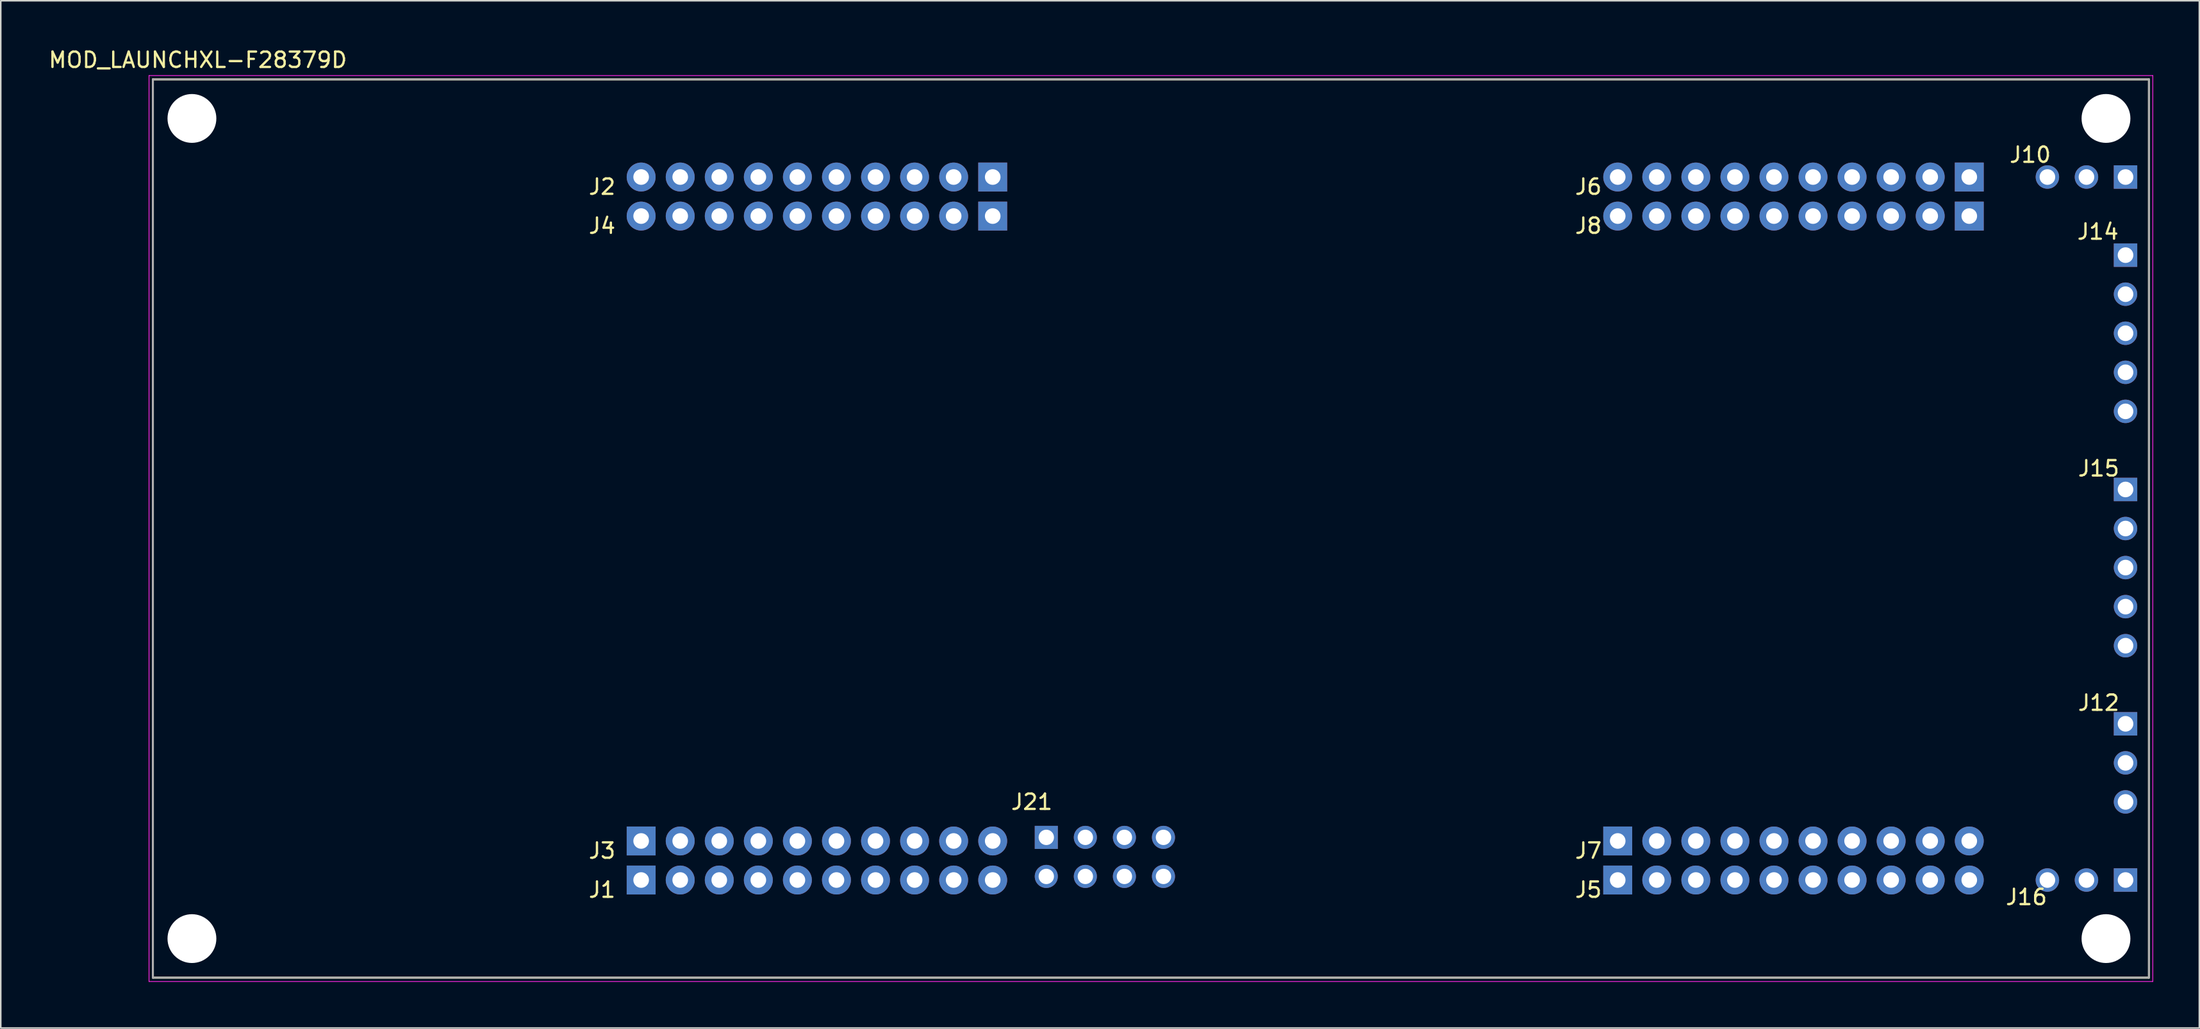
<source format=kicad_pcb>
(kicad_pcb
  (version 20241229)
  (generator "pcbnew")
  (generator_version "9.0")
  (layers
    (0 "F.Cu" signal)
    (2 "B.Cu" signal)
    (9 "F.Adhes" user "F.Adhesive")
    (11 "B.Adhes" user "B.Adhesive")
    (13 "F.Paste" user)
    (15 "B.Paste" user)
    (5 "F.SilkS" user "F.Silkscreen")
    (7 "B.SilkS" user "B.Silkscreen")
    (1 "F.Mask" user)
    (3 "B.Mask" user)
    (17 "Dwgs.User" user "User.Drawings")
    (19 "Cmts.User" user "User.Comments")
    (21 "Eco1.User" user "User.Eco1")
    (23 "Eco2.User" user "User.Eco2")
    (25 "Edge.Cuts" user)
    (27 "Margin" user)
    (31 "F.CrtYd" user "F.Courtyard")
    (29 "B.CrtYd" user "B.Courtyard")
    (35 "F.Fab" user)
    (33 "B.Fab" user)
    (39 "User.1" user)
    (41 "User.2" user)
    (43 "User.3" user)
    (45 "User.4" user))
  (footprint "MOD_LAUNCHXL-F28379D"
    (layer "F.Cu")
    (at 71.787 31.323)
    (property "Reference" "MOD_LAUNCHXL-F28379D" (at -61.972 -30.475 0) (layer "F.SilkS") (effects (font (size 1 1) (thickness 0.15))))
    (attr through_hole)
    (fp_line (start -64.897 -29.21) (end 64.897 -29.21) (stroke (width 0.127) (type solid)) (layer "F.SilkS"))
    (fp_line (start -64.897 29.21) (end -64.897 -29.21) (stroke (width 0.127) (type solid)) (layer "F.SilkS"))
    (fp_line (start 64.897 -29.21) (end 64.897 29.21) (stroke (width 0.127) (type solid)) (layer "F.SilkS"))
    (fp_line (start 64.897 29.21) (end -64.897 29.21) (stroke (width 0.127) (type solid)) (layer "F.SilkS"))
    (fp_line (start -65.147 -29.46) (end 65.147 -29.46) (stroke (width 0.05) (type solid)) (layer "F.CrtYd"))
    (fp_line (start -65.147 29.46) (end -65.147 -29.46) (stroke (width 0.05) (type solid)) (layer "F.CrtYd"))
    (fp_line (start 65.147 -29.46) (end 65.147 29.46) (stroke (width 0.05) (type solid)) (layer "F.CrtYd"))
    (fp_line (start 65.147 29.46) (end -65.147 29.46) (stroke (width 0.05) (type solid)) (layer "F.CrtYd"))
    (fp_line (start -64.897 -29.21) (end 64.897 -29.21) (stroke (width 0.127) (type solid)) (layer "F.Fab"))
    (fp_line (start -64.897 29.21) (end -64.897 -29.21) (stroke (width 0.127) (type solid)) (layer "F.Fab"))
    (fp_line (start 64.897 -29.21) (end 64.897 29.21) (stroke (width 0.127) (type solid)) (layer "F.Fab"))
    (fp_line (start 64.897 29.21) (end -64.897 29.21) (stroke (width 0.127) (type solid)) (layer "F.Fab"))
    (fp_text user "J4" (at -35.687 -19.685 0) (layer "F.SilkS") (effects (font (size 1 1) (thickness 0.15))))
    (fp_text user "J5" (at 28.448 23.495 0) (layer "F.SilkS") (effects (font (size 1 1) (thickness 0.15))))
    (fp_text user "J15" (at 61.628 -3.905 0) (layer "F.SilkS") (effects (font (size 1 1) (thickness 0.15))))
    (fp_text user "J10" (at 57.178 -24.305 0) (layer "F.SilkS") (effects (font (size 1 1) (thickness 0.15))))
    (fp_text user "J14" (at 61.578 -19.305 0) (layer "F.SilkS") (effects (font (size 1 1) (thickness 0.15))))
    (fp_text user "J1" (at -35.687 23.495 0) (layer "F.SilkS") (effects (font (size 1 1) (thickness 0.15))))
    (fp_text user "J16" (at 56.928 23.97 0) (layer "F.SilkS") (effects (font (size 1 1) (thickness 0.15))))
    (fp_text user "J21" (at -7.747 17.78 0) (layer "F.SilkS") (effects (font (size 1 1) (thickness 0.15))))
    (fp_text user "J8" (at 28.448 -19.685 0) (layer "F.SilkS") (effects (font (size 1 1) (thickness 0.15))))
    (fp_text user "J12" (at 61.628 11.335 0) (layer "F.SilkS") (effects (font (size 1 1) (thickness 0.15))))
    (fp_text user "J2" (at -35.687 -22.225 0) (layer "F.SilkS") (effects (font (size 1 1) (thickness 0.15))))
    (fp_text user "J7" (at 28.448 20.955 0) (layer "F.SilkS") (effects (font (size 1 1) (thickness 0.15))))
    (fp_text user "J3" (at -35.687 20.955 0) (layer "F.SilkS") (effects (font (size 1 1) (thickness 0.15))))
    (fp_text user "J6" (at 28.448 -22.225 0) (layer "F.SilkS") (effects (font (size 1 1) (thickness 0.15))))
    (pad "" np_thru_hole circle (at -62.357 -26.67) (size 3.175 3.175) (drill 3.175) (layers "*.Cu" "*.Mask"))
    (pad "" np_thru_hole circle (at -62.357 26.67) (size 3.175 3.175) (drill 3.175) (layers "*.Cu" "*.Mask"))
    (pad "" np_thru_hole circle (at 62.103 -26.67) (size 3.175 3.175) (drill 3.175) (layers "*.Cu" "*.Mask"))
    (pad "" np_thru_hole circle (at 62.103 26.67) (size 3.175 3.175) (drill 3.175) (layers "*.Cu" "*.Mask"))
    (pad "J1_1" thru_hole rect (at -33.147 22.86) (size 1.88 1.88) (drill 1.016) (layers "*.Cu" "*.Mask"))
    (pad "J1_2" thru_hole circle (at -30.607 22.86) (size 1.88 1.88) (drill 1.016) (layers "*.Cu" "*.Mask"))
    (pad "J1_3" thru_hole circle (at -28.067 22.86) (size 1.88 1.88) (drill 1.016) (layers "*.Cu" "*.Mask"))
    (pad "J1_4" thru_hole circle (at -25.527 22.86) (size 1.88 1.88) (drill 1.016) (layers "*.Cu" "*.Mask"))
    (pad "J1_5" thru_hole circle (at -22.987 22.86) (size 1.88 1.88) (drill 1.016) (layers "*.Cu" "*.Mask"))
    (pad "J1_6" thru_hole circle (at -20.447 22.86) (size 1.88 1.88) (drill 1.016) (layers "*.Cu" "*.Mask"))
    (pad "J1_7" thru_hole circle (at -17.907 22.86) (size 1.88 1.88) (drill 1.016) (layers "*.Cu" "*.Mask"))
    (pad "J1_8" thru_hole circle (at -15.367 22.86) (size 1.88 1.88) (drill 1.016) (layers "*.Cu" "*.Mask"))
    (pad "J1_9" thru_hole circle (at -12.827 22.86) (size 1.88 1.88) (drill 1.016) (layers "*.Cu" "*.Mask"))
    (pad "J1_10" thru_hole circle (at -10.287 22.86) (size 1.88 1.88) (drill 1.016) (layers "*.Cu" "*.Mask"))
    (pad "J2_1" thru_hole rect (at -10.287 -22.86) (size 1.88 1.88) (drill 1.016) (layers "*.Cu" "*.Mask"))
    (pad "J2_2" thru_hole circle (at -12.827 -22.86) (size 1.88 1.88) (drill 1.016) (layers "*.Cu" "*.Mask"))
    (pad "J2_3" thru_hole circle (at -15.367 -22.86) (size 1.88 1.88) (drill 1.016) (layers "*.Cu" "*.Mask"))
    (pad "J2_4" thru_hole circle (at -17.907 -22.86) (size 1.88 1.88) (drill 1.016) (layers "*.Cu" "*.Mask"))
    (pad "J2_5" thru_hole circle (at -20.447 -22.86) (size 1.88 1.88) (drill 1.016) (layers "*.Cu" "*.Mask"))
    (pad "J2_6" thru_hole circle (at -22.987 -22.86) (size 1.88 1.88) (drill 1.016) (layers "*.Cu" "*.Mask"))
    (pad "J2_7" thru_hole circle (at -25.527 -22.86) (size 1.88 1.88) (drill 1.016) (layers "*.Cu" "*.Mask"))
    (pad "J2_8" thru_hole circle (at -28.067 -22.86) (size 1.88 1.88) (drill 1.016) (layers "*.Cu" "*.Mask"))
    (pad "J2_9" thru_hole circle (at -30.607 -22.86) (size 1.88 1.88) (drill 1.016) (layers "*.Cu" "*.Mask"))
    (pad "J2_10" thru_hole circle (at -33.147 -22.86) (size 1.88 1.88) (drill 1.016) (layers "*.Cu" "*.Mask"))
    (pad "J3_1" thru_hole rect (at -33.147 20.32) (size 1.88 1.88) (drill 1.016) (layers "*.Cu" "*.Mask"))
    (pad "J3_2" thru_hole circle (at -30.607 20.32) (size 1.88 1.88) (drill 1.016) (layers "*.Cu" "*.Mask"))
    (pad "J3_3" thru_hole circle (at -28.067 20.32) (size 1.88 1.88) (drill 1.016) (layers "*.Cu" "*.Mask"))
    (pad "J3_4" thru_hole circle (at -25.527 20.32) (size 1.88 1.88) (drill 1.016) (layers "*.Cu" "*.Mask"))
    (pad "J3_5" thru_hole circle (at -22.987 20.32) (size 1.88 1.88) (drill 1.016) (layers "*.Cu" "*.Mask"))
    (pad "J3_6" thru_hole circle (at -20.447 20.32) (size 1.88 1.88) (drill 1.016) (layers "*.Cu" "*.Mask"))
    (pad "J3_7" thru_hole circle (at -17.907 20.32) (size 1.88 1.88) (drill 1.016) (layers "*.Cu" "*.Mask"))
    (pad "J3_8" thru_hole circle (at -15.367 20.32) (size 1.88 1.88) (drill 1.016) (layers "*.Cu" "*.Mask"))
    (pad "J3_9" thru_hole circle (at -12.827 20.32) (size 1.88 1.88) (drill 1.016) (layers "*.Cu" "*.Mask"))
    (pad "J3_10" thru_hole circle (at -10.287 20.32) (size 1.88 1.88) (drill 1.016) (layers "*.Cu" "*.Mask"))
    (pad "J4_1" thru_hole rect (at -10.287 -20.32) (size 1.88 1.88) (drill 1.016) (layers "*.Cu" "*.Mask"))
    (pad "J4_2" thru_hole circle (at -12.827 -20.32) (size 1.88 1.88) (drill 1.016) (layers "*.Cu" "*.Mask"))
    (pad "J4_3" thru_hole circle (at -15.367 -20.32) (size 1.88 1.88) (drill 1.016) (layers "*.Cu" "*.Mask"))
    (pad "J4_4" thru_hole circle (at -17.907 -20.32) (size 1.88 1.88) (drill 1.016) (layers "*.Cu" "*.Mask"))
    (pad "J4_5" thru_hole circle (at -20.447 -20.32) (size 1.88 1.88) (drill 1.016) (layers "*.Cu" "*.Mask"))
    (pad "J4_6" thru_hole circle (at -22.987 -20.32) (size 1.88 1.88) (drill 1.016) (layers "*.Cu" "*.Mask"))
    (pad "J4_7" thru_hole circle (at -25.527 -20.32) (size 1.88 1.88) (drill 1.016) (layers "*.Cu" "*.Mask"))
    (pad "J4_8" thru_hole circle (at -28.067 -20.32) (size 1.88 1.88) (drill 1.016) (layers "*.Cu" "*.Mask"))
    (pad "J4_9" thru_hole circle (at -30.607 -20.32) (size 1.88 1.88) (drill 1.016) (layers "*.Cu" "*.Mask"))
    (pad "J4_10" thru_hole circle (at -33.147 -20.32) (size 1.88 1.88) (drill 1.016) (layers "*.Cu" "*.Mask"))
    (pad "J5_1" thru_hole rect (at 30.353 22.86) (size 1.88 1.88) (drill 1.016) (layers "*.Cu" "*.Mask"))
    (pad "J5_2" thru_hole circle (at 32.893 22.86) (size 1.88 1.88) (drill 1.016) (layers "*.Cu" "*.Mask"))
    (pad "J5_3" thru_hole circle (at 35.433 22.86) (size 1.88 1.88) (drill 1.016) (layers "*.Cu" "*.Mask"))
    (pad "J5_4" thru_hole circle (at 37.973 22.86) (size 1.88 1.88) (drill 1.016) (layers "*.Cu" "*.Mask"))
    (pad "J5_5" thru_hole circle (at 40.513 22.86) (size 1.88 1.88) (drill 1.016) (layers "*.Cu" "*.Mask"))
    (pad "J5_6" thru_hole circle (at 43.053 22.86) (size 1.88 1.88) (drill 1.016) (layers "*.Cu" "*.Mask"))
    (pad "J5_7" thru_hole circle (at 45.593 22.86) (size 1.88 1.88) (drill 1.016) (layers "*.Cu" "*.Mask"))
    (pad "J5_8" thru_hole circle (at 48.133 22.86) (size 1.88 1.88) (drill 1.016) (layers "*.Cu" "*.Mask"))
    (pad "J5_9" thru_hole circle (at 50.673 22.86) (size 1.88 1.88) (drill 1.016) (layers "*.Cu" "*.Mask"))
    (pad "J5_10" thru_hole circle (at 53.213 22.86) (size 1.88 1.88) (drill 1.016) (layers "*.Cu" "*.Mask"))
    (pad "J6_1" thru_hole rect (at 53.213 -22.86) (size 1.88 1.88) (drill 1.016) (layers "*.Cu" "*.Mask"))
    (pad "J6_2" thru_hole circle (at 50.673 -22.86) (size 1.88 1.88) (drill 1.016) (layers "*.Cu" "*.Mask"))
    (pad "J6_3" thru_hole circle (at 48.133 -22.86) (size 1.88 1.88) (drill 1.016) (layers "*.Cu" "*.Mask"))
    (pad "J6_4" thru_hole circle (at 45.593 -22.86) (size 1.88 1.88) (drill 1.016) (layers "*.Cu" "*.Mask"))
    (pad "J6_5" thru_hole circle (at 43.053 -22.86) (size 1.88 1.88) (drill 1.016) (layers "*.Cu" "*.Mask"))
    (pad "J6_6" thru_hole circle (at 40.513 -22.86) (size 1.88 1.88) (drill 1.016) (layers "*.Cu" "*.Mask"))
    (pad "J6_7" thru_hole circle (at 37.973 -22.86) (size 1.88 1.88) (drill 1.016) (layers "*.Cu" "*.Mask"))
    (pad "J6_8" thru_hole circle (at 35.433 -22.86) (size 1.88 1.88) (drill 1.016) (layers "*.Cu" "*.Mask"))
    (pad "J6_9" thru_hole circle (at 32.893 -22.86) (size 1.88 1.88) (drill 1.016) (layers "*.Cu" "*.Mask"))
    (pad "J6_10" thru_hole circle (at 30.353 -22.86) (size 1.88 1.88) (drill 1.016) (layers "*.Cu" "*.Mask"))
    (pad "J7_1" thru_hole rect (at 30.353 20.32) (size 1.88 1.88) (drill 1.016) (layers "*.Cu" "*.Mask"))
    (pad "J7_2" thru_hole circle (at 32.893 20.32) (size 1.88 1.88) (drill 1.016) (layers "*.Cu" "*.Mask"))
    (pad "J7_3" thru_hole circle (at 35.433 20.32) (size 1.88 1.88) (drill 1.016) (layers "*.Cu" "*.Mask"))
    (pad "J7_4" thru_hole circle (at 37.973 20.32) (size 1.88 1.88) (drill 1.016) (layers "*.Cu" "*.Mask"))
    (pad "J7_5" thru_hole circle (at 40.513 20.32) (size 1.88 1.88) (drill 1.016) (layers "*.Cu" "*.Mask"))
    (pad "J7_6" thru_hole circle (at 43.053 20.32) (size 1.88 1.88) (drill 1.016) (layers "*.Cu" "*.Mask"))
    (pad "J7_7" thru_hole circle (at 45.593 20.32) (size 1.88 1.88) (drill 1.016) (layers "*.Cu" "*.Mask"))
    (pad "J7_8" thru_hole circle (at 48.133 20.32) (size 1.88 1.88) (drill 1.016) (layers "*.Cu" "*.Mask"))
    (pad "J7_9" thru_hole circle (at 50.673 20.32) (size 1.88 1.88) (drill 1.016) (layers "*.Cu" "*.Mask"))
    (pad "J7_10" thru_hole circle (at 53.213 20.32) (size 1.88 1.88) (drill 1.016) (layers "*.Cu" "*.Mask"))
    (pad "J8_1" thru_hole rect (at 53.213 -20.32) (size 1.88 1.88) (drill 1.016) (layers "*.Cu" "*.Mask"))
    (pad "J8_2" thru_hole circle (at 50.673 -20.32) (size 1.88 1.88) (drill 1.016) (layers "*.Cu" "*.Mask"))
    (pad "J8_3" thru_hole circle (at 48.133 -20.32) (size 1.88 1.88) (drill 1.016) (layers "*.Cu" "*.Mask"))
    (pad "J8_4" thru_hole circle (at 45.593 -20.32) (size 1.88 1.88) (drill 1.016) (layers "*.Cu" "*.Mask"))
    (pad "J8_5" thru_hole circle (at 43.053 -20.32) (size 1.88 1.88) (drill 1.016) (layers "*.Cu" "*.Mask"))
    (pad "J8_6" thru_hole circle (at 40.513 -20.32) (size 1.88 1.88) (drill 1.016) (layers "*.Cu" "*.Mask"))
    (pad "J8_7" thru_hole circle (at 37.973 -20.32) (size 1.88 1.88) (drill 1.016) (layers "*.Cu" "*.Mask"))
    (pad "J8_8" thru_hole circle (at 35.433 -20.32) (size 1.88 1.88) (drill 1.016) (layers "*.Cu" "*.Mask"))
    (pad "J8_9" thru_hole circle (at 32.893 -20.32) (size 1.88 1.88) (drill 1.016) (layers "*.Cu" "*.Mask"))
    (pad "J8_10" thru_hole circle (at 30.353 -20.32) (size 1.88 1.88) (drill 1.016) (layers "*.Cu" "*.Mask"))
    (pad "J10_1" thru_hole rect (at 63.373 -22.86) (size 1.524 1.524) (drill 1.016) (layers "*.Cu" "*.Mask"))
    (pad "J10_2" thru_hole circle (at 60.833 -22.86) (size 1.524 1.524) (drill 1.016) (layers "*.Cu" "*.Mask"))
    (pad "J10_3" thru_hole circle (at 58.293 -22.86) (size 1.524 1.524) (drill 1.016) (layers "*.Cu" "*.Mask"))
    (pad "J12_1" thru_hole rect (at 63.373 12.7) (size 1.524 1.524) (drill 1.016) (layers "*.Cu" "*.Mask"))
    (pad "J12_2" thru_hole circle (at 63.373 15.24) (size 1.524 1.524) (drill 1.016) (layers "*.Cu" "*.Mask"))
    (pad "J12_3" thru_hole circle (at 63.373 17.78) (size 1.524 1.524) (drill 1.016) (layers "*.Cu" "*.Mask"))
    (pad "J14_1" thru_hole rect (at 63.373 -17.78) (size 1.524 1.524) (drill 1.016) (layers "*.Cu" "*.Mask"))
    (pad "J14_2" thru_hole circle (at 63.373 -15.24) (size 1.524 1.524) (drill 1.016) (layers "*.Cu" "*.Mask"))
    (pad "J14_3" thru_hole circle (at 63.373 -12.7) (size 1.524 1.524) (drill 1.016) (layers "*.Cu" "*.Mask"))
    (pad "J14_4" thru_hole circle (at 63.373 -10.16) (size 1.524 1.524) (drill 1.016) (layers "*.Cu" "*.Mask"))
    (pad "J14_5" thru_hole circle (at 63.373 -7.62) (size 1.524 1.524) (drill 1.016) (layers "*.Cu" "*.Mask"))
    (pad "J15_1" thru_hole rect (at 63.373 -2.54) (size 1.524 1.524) (drill 1.016) (layers "*.Cu" "*.Mask"))
    (pad "J15_2" thru_hole circle (at 63.373 0) (size 1.524 1.524) (drill 1.016) (layers "*.Cu" "*.Mask"))
    (pad "J15_3" thru_hole circle (at 63.373 2.54) (size 1.524 1.524) (drill 1.016) (layers "*.Cu" "*.Mask"))
    (pad "J15_4" thru_hole circle (at 63.373 5.08) (size 1.524 1.524) (drill 1.016) (layers "*.Cu" "*.Mask"))
    (pad "J15_5" thru_hole circle (at 63.373 7.62) (size 1.524 1.524) (drill 1.016) (layers "*.Cu" "*.Mask"))
    (pad "J16_1" thru_hole rect (at 63.373 22.86) (size 1.524 1.524) (drill 1.016) (layers "*.Cu" "*.Mask"))
    (pad "J16_2" thru_hole circle (at 60.833 22.86) (size 1.524 1.524) (drill 1.016) (layers "*.Cu" "*.Mask"))
    (pad "J16_3" thru_hole circle (at 58.293 22.86) (size 1.524 1.524) (drill 1.016) (layers "*.Cu" "*.Mask"))
    (pad "J21_1" thru_hole rect (at -6.803 20.086) (size 1.5 1.5) (drill 1) (layers "*.Cu" "*.Mask"))
    (pad "J21_2" thru_hole circle (at -6.803 22.626) (size 1.5 1.5) (drill 1) (layers "*.Cu" "*.Mask"))
    (pad "J21_3" thru_hole circle (at -4.263 20.086) (size 1.5 1.5) (drill 1) (layers "*.Cu" "*.Mask"))
    (pad "J21_4" thru_hole circle (at -4.263 22.626) (size 1.5 1.5) (drill 1) (layers "*.Cu" "*.Mask"))
    (pad "J21_5" thru_hole circle (at -1.723 20.086) (size 1.5 1.5) (drill 1) (layers "*.Cu" "*.Mask"))
    (pad "J21_6" thru_hole circle (at -1.723 22.626) (size 1.5 1.5) (drill 1) (layers "*.Cu" "*.Mask"))
    (pad "J21_7" thru_hole circle (at 0.817 20.086) (size 1.5 1.5) (drill 1) (layers "*.Cu" "*.Mask"))
    (pad "J21_8" thru_hole circle (at 0.817 22.626) (size 1.5 1.5) (drill 1) (layers "*.Cu" "*.Mask")))
  (gr_rect
    (start -3 -3)
    (end 139.959 63.808)
    (stroke (width 0.1) (type default))
    (fill no)
    (layer "Edge.Cuts")))
</source>
